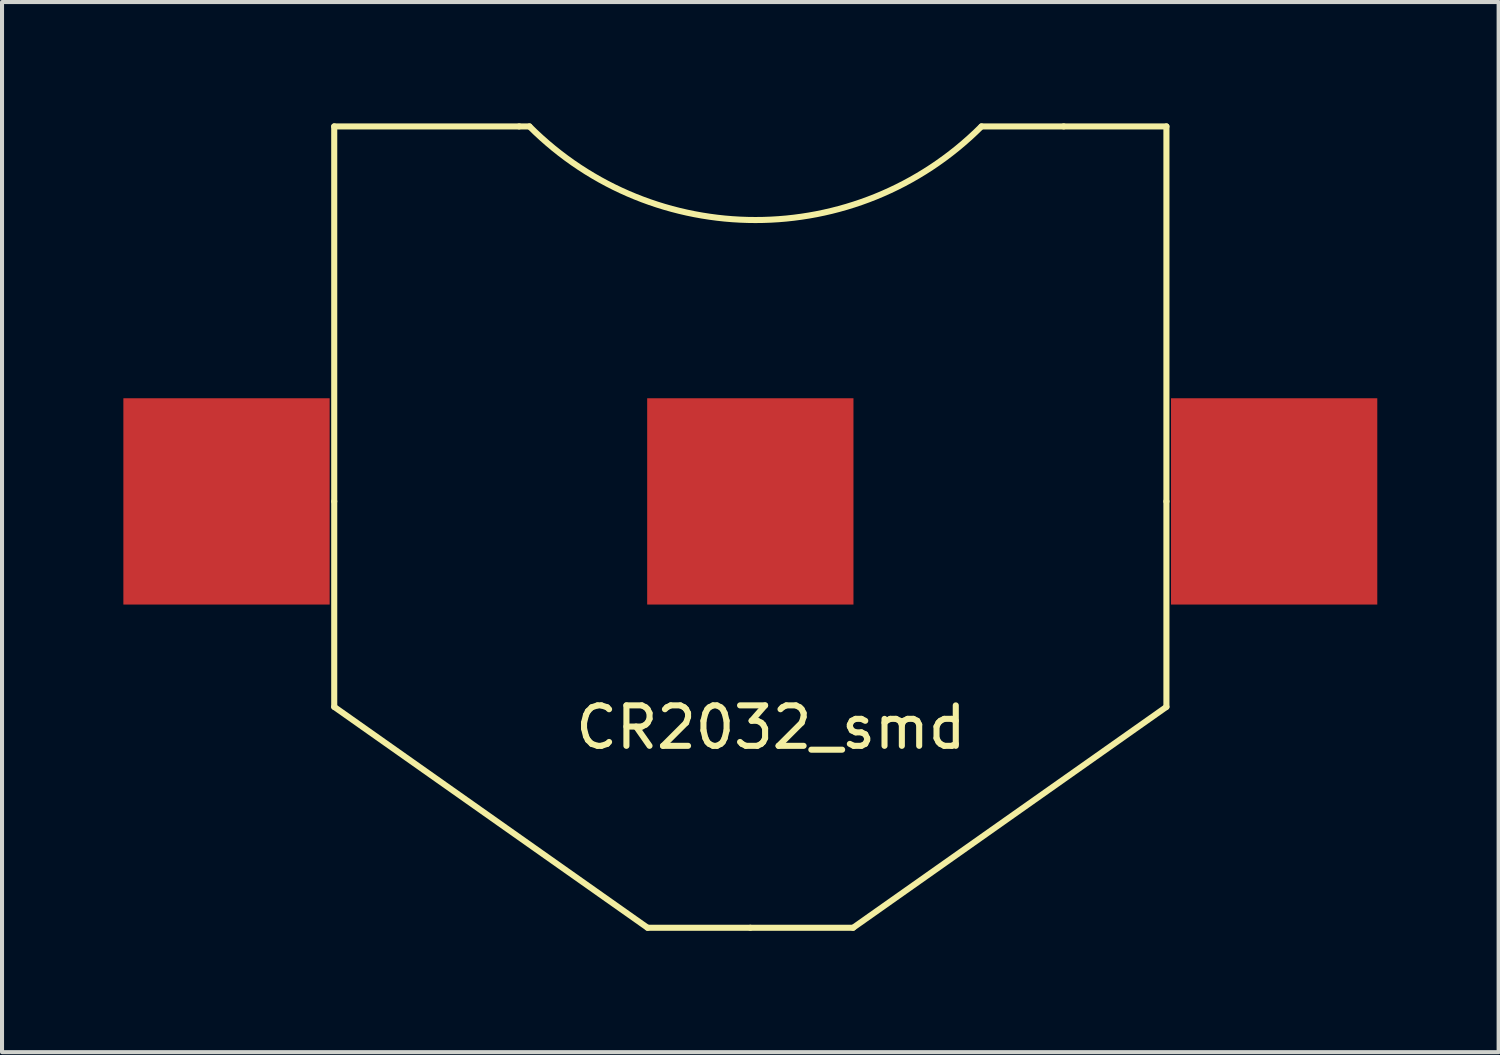
<source format=kicad_pcb>
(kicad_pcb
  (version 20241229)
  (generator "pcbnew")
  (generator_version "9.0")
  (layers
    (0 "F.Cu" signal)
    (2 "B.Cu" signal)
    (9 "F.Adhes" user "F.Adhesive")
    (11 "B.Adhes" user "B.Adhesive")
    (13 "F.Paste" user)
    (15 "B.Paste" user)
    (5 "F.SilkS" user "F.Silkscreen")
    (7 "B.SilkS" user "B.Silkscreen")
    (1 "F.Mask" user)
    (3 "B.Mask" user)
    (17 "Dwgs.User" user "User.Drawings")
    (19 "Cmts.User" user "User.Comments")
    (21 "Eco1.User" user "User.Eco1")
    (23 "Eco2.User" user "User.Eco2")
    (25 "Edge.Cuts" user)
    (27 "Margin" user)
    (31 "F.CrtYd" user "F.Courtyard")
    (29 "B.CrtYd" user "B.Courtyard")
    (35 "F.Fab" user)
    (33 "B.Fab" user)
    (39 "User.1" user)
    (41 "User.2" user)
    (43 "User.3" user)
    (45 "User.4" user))
  (footprint "CR2032_smd"
    (layer "F.Cu")
    (at 15.5 9.346)
    (property "Reference" "CR2032_smd" (at 0.508 5.588 0) (layer "F.SilkS") (effects (font (size 1 1) (thickness 0.15))))
    (attr through_hole)
    (fp_line (start -10.287 0) (end -10.287 -9.271) (stroke (width 0.15) (type solid)) (layer "F.SilkS"))
    (fp_line (start -10.287 0) (end -10.287 5.08) (stroke (width 0.15) (type solid)) (layer "F.SilkS"))
    (fp_line (start -10.287 5.08) (end -2.54 10.541) (stroke (width 0.15) (type solid)) (layer "F.SilkS"))
    (fp_line (start -5.715 -9.271) (end -10.287 -9.271) (stroke (width 0.15) (type solid)) (layer "F.SilkS"))
    (fp_line (start -5.461 -9.271) (end -5.715 -9.271) (stroke (width 0.15) (type solid)) (layer "F.SilkS"))
    (fp_line (start 0 10.541) (end -2.54 10.541) (stroke (width 0.15) (type solid)) (layer "F.SilkS"))
    (fp_line (start 0 10.541) (end 2.54 10.541) (stroke (width 0.15) (type solid)) (layer "F.SilkS"))
    (fp_line (start 2.54 10.541) (end 10.287 5.08) (stroke (width 0.15) (type solid)) (layer "F.SilkS"))
    (fp_line (start 5.715 -9.271) (end 7.747 -9.271) (stroke (width 0.15) (type solid)) (layer "F.SilkS"))
    (fp_line (start 10.287 -9.271) (end 7.747 -9.271) (stroke (width 0.15) (type solid)) (layer "F.SilkS"))
    (fp_line (start 10.287 0) (end 10.287 -9.271) (stroke (width 0.15) (type solid)) (layer "F.SilkS"))
    (fp_line (start 10.287 0) (end 10.287 5.08) (stroke (width 0.15) (type solid)) (layer "F.SilkS"))
    (fp_arc (start 5.715 -9.271) (mid 0.127 -6.956375) (end -5.461 -9.271) (stroke (width 0.15) (type solid)) (layer "F.SilkS"))
    (pad "1" smd rect (at -12.95 0) (size 5.1 5.1) (layers "F.Cu" "F.Mask" "F.Paste"))
    (pad "1" smd rect (at 12.95 0) (size 5.1 5.1) (layers "F.Cu" "F.Mask" "F.Paste"))
    (pad "2" smd rect (at 0 0) (size 5.1 5.1) (layers "F.Cu" "F.Mask" "F.Paste")))
  (gr_rect
    (start -3 -3)
    (end 34 22.962)
    (stroke (width 0.1) (type default))
    (fill no)
    (layer "Edge.Cuts")))
</source>
